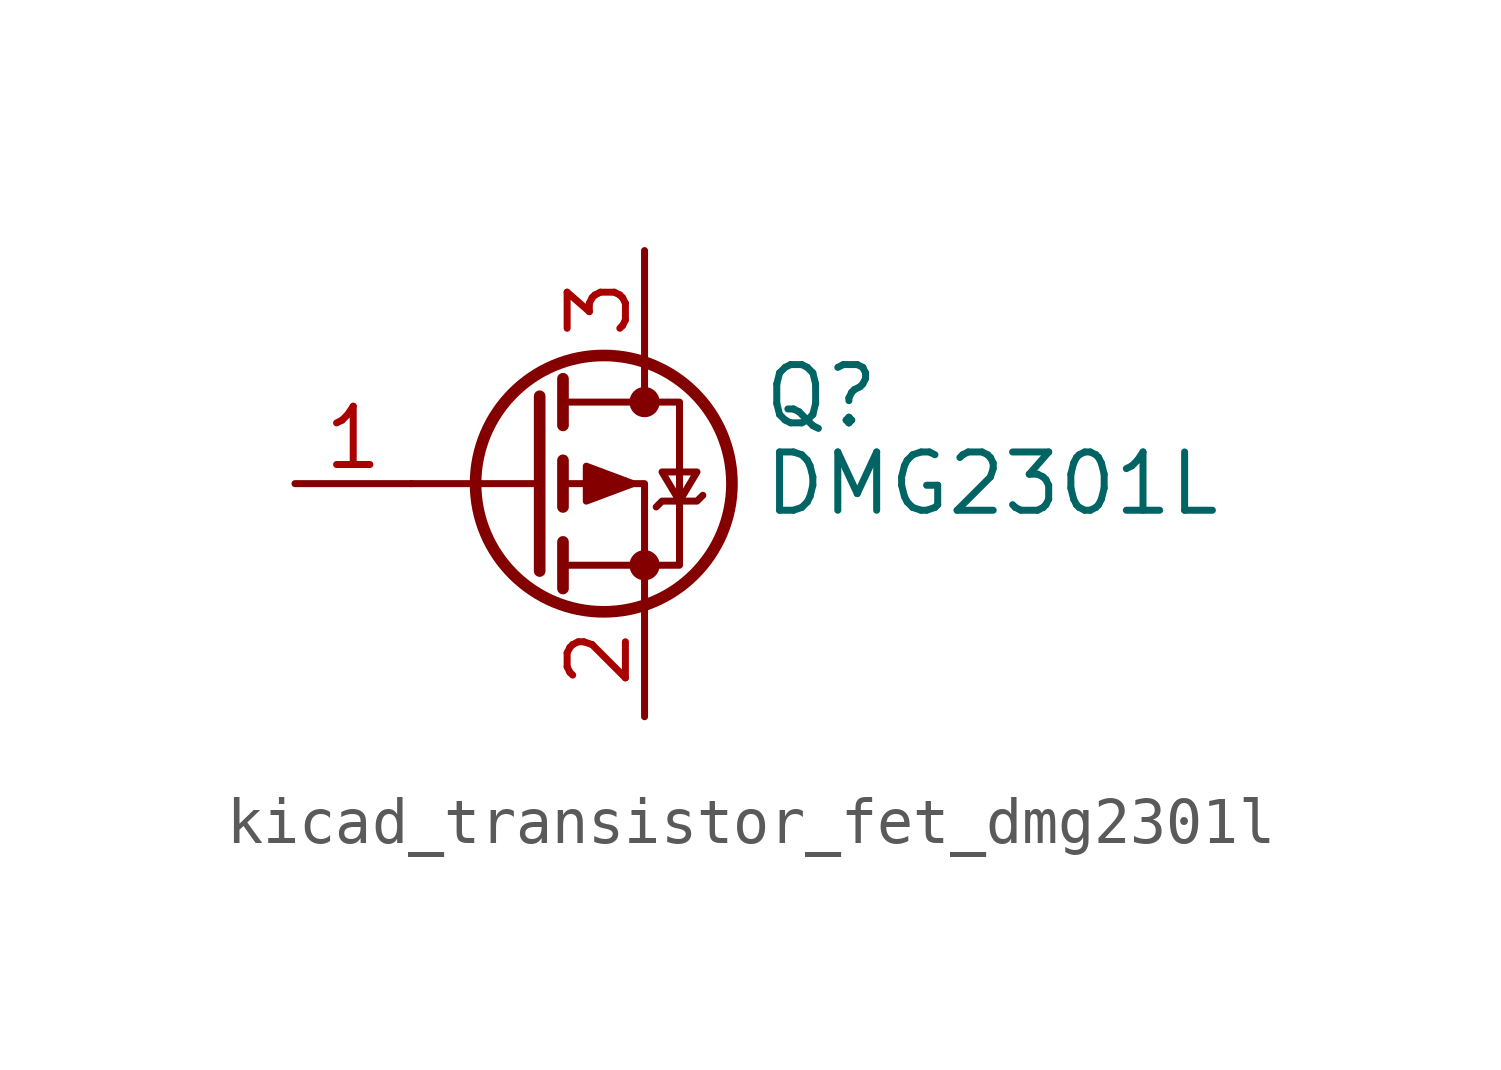
<source format=kicad_sym>
(kicad_symbol_lib
  (version 20220914)
  (generator kicad_symbol_editor)
  (symbol "kicad_transistor_fet_dmg2301l"
    (pin_names hide)
    (property "Reference" "Q"
      (at 5.08 1.905 0)
      (effects (font (size 1.27 1.27)) (justify left)))
    (property "Value" "DMG2301L"
      (at 5.08 0 0)
      (effects (font (size 1.27 1.27)) (justify left)))
    (symbol "kicad_transistor_fet_dmg2301l_0_1"
      (polyline (pts (xy 0.254 0) (xy -2.54 0)) (stroke (width 0) (type default)) (fill (type none)))
      (polyline (pts (xy 0.254 1.905) (xy 0.254 -1.905)) (stroke (width 0.254) (type default)) (fill (type none)))
      (polyline (pts (xy 0.762 -1.27) (xy 0.762 -2.286)) (stroke (width 0.254) (type default)) (fill (type none)))
      (polyline (pts (xy 0.762 0.508) (xy 0.762 -0.508)) (stroke (width 0.254) (type default)) (fill (type none)))
      (polyline (pts (xy 0.762 2.286) (xy 0.762 1.27)) (stroke (width 0.254) (type default)) (fill (type none)))
      (polyline (pts (xy 2.54 2.54) (xy 2.54 1.778)) (stroke (width 0) (type default)) (fill (type none)))
      (polyline (pts (xy 2.54 -2.54) (xy 2.54 0) (xy 0.762 0)) (stroke (width 0) (type default)) (fill (type none)))
      (polyline (pts (xy 0.762 1.778) (xy 3.302 1.778) (xy 3.302 -1.778) (xy 0.762 -1.778)) (stroke (width 0) (type default)) (fill (type none)))
      (polyline (pts (xy 2.286 0) (xy 1.27 0.381) (xy 1.27 -0.381) (xy 2.286 0)) (stroke (width 0) (type default)) (fill (type outline)))
      (polyline (pts (xy 2.794 -0.508) (xy 2.921 -0.381) (xy 3.683 -0.381) (xy 3.81 -0.254)) (stroke (width 0) (type default)) (fill (type none)))
      (polyline (pts (xy 3.302 -0.381) (xy 2.921 0.254) (xy 3.683 0.254) (xy 3.302 -0.381)) (stroke (width 0) (type default)) (fill (type none)))
      (circle (center 1.651 0) (radius 2.794) (stroke (width 0.254) (type default)) (fill (type none)))
      (circle (center 2.54 -1.778) (radius 0.254) (stroke (width 0) (type default)) (fill (type outline)))
      (circle (center 2.54 1.778) (radius 0.254) (stroke (width 0) (type default)) (fill (type outline))))
    (symbol "kicad_transistor_fet_dmg2301l_1_1"
      (pin input line (at -5.08 0 0) (length 2.54) (name "G" (effects (font (size 1.27 1.27)))) (number "1" (effects (font (size 1.27 1.27)))))
      (pin passive line (at 2.54 -5.08 90) (length 2.54) (name "S" (effects (font (size 1.27 1.27)))) (number "2" (effects (font (size 1.27 1.27)))))
      (pin passive line (at 2.54 5.08 270) (length 2.54) (name "D" (effects (font (size 1.27 1.27)))) (number "3" (effects (font (size 1.27 1.27))))))))
</source>
